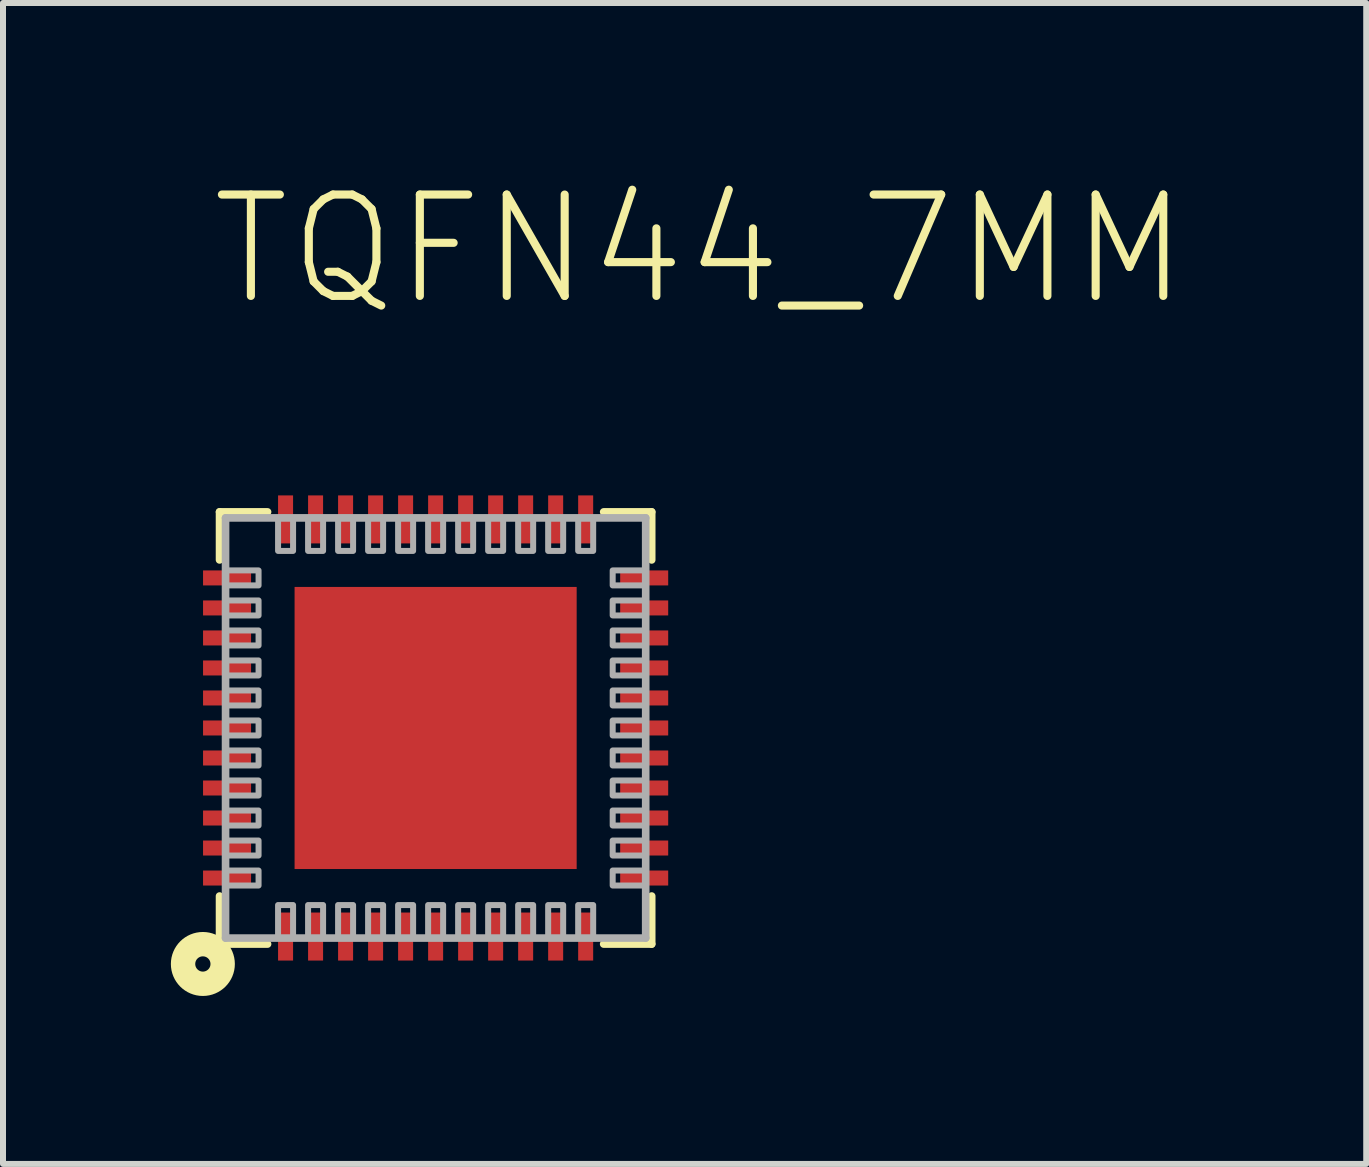
<source format=kicad_pcb>
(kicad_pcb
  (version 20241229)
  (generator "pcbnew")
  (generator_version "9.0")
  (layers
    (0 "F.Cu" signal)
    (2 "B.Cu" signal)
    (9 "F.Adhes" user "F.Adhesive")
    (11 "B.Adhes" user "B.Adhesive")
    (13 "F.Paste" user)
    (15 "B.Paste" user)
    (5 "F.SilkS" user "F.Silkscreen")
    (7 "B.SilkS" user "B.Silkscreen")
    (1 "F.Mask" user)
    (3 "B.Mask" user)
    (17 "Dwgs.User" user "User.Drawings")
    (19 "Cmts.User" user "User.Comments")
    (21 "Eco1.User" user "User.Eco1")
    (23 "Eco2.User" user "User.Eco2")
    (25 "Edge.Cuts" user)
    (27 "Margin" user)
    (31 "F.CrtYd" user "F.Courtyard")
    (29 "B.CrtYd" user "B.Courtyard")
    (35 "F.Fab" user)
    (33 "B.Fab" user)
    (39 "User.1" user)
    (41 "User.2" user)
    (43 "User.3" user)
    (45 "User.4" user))
  (footprint "TQFN44_7MM"
    (layer "F.Cu")
    (at 4.208 9.079)
    (property "Reference" "TQFN44_7MM" (at -3.81 -6.985 0) (layer "F.SilkS") (effects (font (size 1.689 1.689) (thickness 0.135)) (justify left bottom)))
    (attr through_hole)
    (fp_line (start -3.6 -3.6) (end -3.6 -2.8) (stroke (width 0.127) (type solid)) (layer "F.SilkS"))
    (fp_line (start -3.6 2.8) (end -3.6 3.6) (stroke (width 0.127) (type solid)) (layer "F.SilkS"))
    (fp_line (start -3.6 3.6) (end -2.8 3.6) (stroke (width 0.127) (type solid)) (layer "F.SilkS"))
    (fp_line (start -2.8 -3.6) (end -3.6 -3.6) (stroke (width 0.127) (type solid)) (layer "F.SilkS"))
    (fp_line (start 2.8 -3.6) (end 3.6 -3.6) (stroke (width 0.127) (type solid)) (layer "F.SilkS"))
    (fp_line (start 3.6 -3.6) (end 3.6 -2.8) (stroke (width 0.127) (type solid)) (layer "F.SilkS"))
    (fp_line (start 3.6 2.8) (end 3.6 3.6) (stroke (width 0.127) (type solid)) (layer "F.SilkS"))
    (fp_line (start 3.6 3.6) (end 2.8 3.6) (stroke (width 0.127) (type solid)) (layer "F.SilkS"))
    (fp_circle (center -3.878 3.932) (end -3.751 3.932) (stroke (width 0.406) (type solid)) (fill no) (layer "F.SilkS"))
    (fp_poly (pts (xy -2 -0.5) (xy -1 -0.5) (xy -1 -2) (xy -2 -2)) (stroke (width 0) (type solid)) (fill yes) (layer "F.Paste"))
    (fp_poly (pts (xy -2 2) (xy -1 2) (xy -1 0.5) (xy -2 0.5)) (stroke (width 0) (type solid)) (fill yes) (layer "F.Paste"))
    (fp_poly (pts (xy -0.5 -0.5) (xy 0.5 -0.5) (xy 0.5 -2) (xy -0.5 -2)) (stroke (width 0) (type solid)) (fill yes) (layer "F.Paste"))
    (fp_poly (pts (xy -0.5 2) (xy 0.5 2) (xy 0.5 0.5) (xy -0.5 0.5)) (stroke (width 0) (type solid)) (fill yes) (layer "F.Paste"))
    (fp_poly (pts (xy 1 -0.5) (xy 2 -0.5) (xy 2 -2) (xy 1 -2)) (stroke (width 0) (type solid)) (fill yes) (layer "F.Paste"))
    (fp_poly (pts (xy 1 2) (xy 2 2) (xy 2 0.5) (xy 1 0.5)) (stroke (width 0) (type solid)) (fill yes) (layer "F.Paste"))
    (fp_line (start -3.5 -3.5) (end 3.5 -3.5) (stroke (width 0.127) (type solid)) (layer "F.Fab"))
    (fp_line (start -3.5 3.5) (end -3.5 -3.5) (stroke (width 0.127) (type solid)) (layer "F.Fab"))
    (fp_line (start 3.5 -3.5) (end 3.5 3.5) (stroke (width 0.127) (type solid)) (layer "F.Fab"))
    (fp_line (start 3.5 3.5) (end -3.5 3.5) (stroke (width 0.127) (type solid)) (layer "F.Fab"))
    (fp_poly (pts (xy -3.5 -2.375) (xy -2.95 -2.375) (xy -2.95 -2.625) (xy -3.5 -2.625)) (stroke (width 0.1) (type solid)) (fill no) (layer "F.Fab"))
    (fp_poly (pts (xy -3.5 -1.875) (xy -2.95 -1.875) (xy -2.95 -2.125) (xy -3.5 -2.125)) (stroke (width 0.1) (type solid)) (fill no) (layer "F.Fab"))
    (fp_poly (pts (xy -3.5 -1.375) (xy -2.95 -1.375) (xy -2.95 -1.625) (xy -3.5 -1.625)) (stroke (width 0.1) (type solid)) (fill no) (layer "F.Fab"))
    (fp_poly (pts (xy -3.5 -0.875) (xy -2.95 -0.875) (xy -2.95 -1.125) (xy -3.5 -1.125)) (stroke (width 0.1) (type solid)) (fill no) (layer "F.Fab"))
    (fp_poly (pts (xy -3.5 -0.375) (xy -2.95 -0.375) (xy -2.95 -0.625) (xy -3.5 -0.625)) (stroke (width 0.1) (type solid)) (fill no) (layer "F.Fab"))
    (fp_poly (pts (xy -3.5 0.125) (xy -2.95 0.125) (xy -2.95 -0.125) (xy -3.5 -0.125)) (stroke (width 0.1) (type solid)) (fill no) (layer "F.Fab"))
    (fp_poly (pts (xy -3.5 0.625) (xy -2.95 0.625) (xy -2.95 0.375) (xy -3.5 0.375)) (stroke (width 0.1) (type solid)) (fill no) (layer "F.Fab"))
    (fp_poly (pts (xy -3.5 1.125) (xy -2.95 1.125) (xy -2.95 0.875) (xy -3.5 0.875)) (stroke (width 0.1) (type solid)) (fill no) (layer "F.Fab"))
    (fp_poly (pts (xy -3.5 1.625) (xy -2.95 1.625) (xy -2.95 1.375) (xy -3.5 1.375)) (stroke (width 0.1) (type solid)) (fill no) (layer "F.Fab"))
    (fp_poly (pts (xy -3.5 2.125) (xy -2.95 2.125) (xy -2.95 1.875) (xy -3.5 1.875)) (stroke (width 0.1) (type solid)) (fill no) (layer "F.Fab"))
    (fp_poly (pts (xy -3.5 2.625) (xy -2.95 2.625) (xy -2.95 2.375) (xy -3.5 2.375)) (stroke (width 0.1) (type solid)) (fill no) (layer "F.Fab"))
    (fp_poly (pts (xy -2.625 -3.5) (xy -2.625 -2.95) (xy -2.375 -2.95) (xy -2.375 -3.5)) (stroke (width 0.1) (type solid)) (fill no) (layer "F.Fab"))
    (fp_poly (pts (xy -2.375 3.5) (xy -2.375 2.95) (xy -2.625 2.95) (xy -2.625 3.5)) (stroke (width 0.1) (type solid)) (fill no) (layer "F.Fab"))
    (fp_poly (pts (xy -2.125 -3.5) (xy -2.125 -2.95) (xy -1.875 -2.95) (xy -1.875 -3.5)) (stroke (width 0.1) (type solid)) (fill no) (layer "F.Fab"))
    (fp_poly (pts (xy -1.875 3.5) (xy -1.875 2.95) (xy -2.125 2.95) (xy -2.125 3.5)) (stroke (width 0.1) (type solid)) (fill no) (layer "F.Fab"))
    (fp_poly (pts (xy -1.625 -3.5) (xy -1.625 -2.95) (xy -1.375 -2.95) (xy -1.375 -3.5)) (stroke (width 0.1) (type solid)) (fill no) (layer "F.Fab"))
    (fp_poly (pts (xy -1.375 3.5) (xy -1.375 2.95) (xy -1.625 2.95) (xy -1.625 3.5)) (stroke (width 0.1) (type solid)) (fill no) (layer "F.Fab"))
    (fp_poly (pts (xy -1.125 -3.5) (xy -1.125 -2.95) (xy -0.875 -2.95) (xy -0.875 -3.5)) (stroke (width 0.1) (type solid)) (fill no) (layer "F.Fab"))
    (fp_poly (pts (xy -0.875 3.5) (xy -0.875 2.95) (xy -1.125 2.95) (xy -1.125 3.5)) (stroke (width 0.1) (type solid)) (fill no) (layer "F.Fab"))
    (fp_poly (pts (xy -0.625 -3.5) (xy -0.625 -2.95) (xy -0.375 -2.95) (xy -0.375 -3.5)) (stroke (width 0.1) (type solid)) (fill no) (layer "F.Fab"))
    (fp_poly (pts (xy -0.375 3.5) (xy -0.375 2.95) (xy -0.625 2.95) (xy -0.625 3.5)) (stroke (width 0.1) (type solid)) (fill no) (layer "F.Fab"))
    (fp_poly (pts (xy -0.125 -3.5) (xy -0.125 -2.95) (xy 0.125 -2.95) (xy 0.125 -3.5)) (stroke (width 0.1) (type solid)) (fill no) (layer "F.Fab"))
    (fp_poly (pts (xy 0.125 3.5) (xy 0.125 2.95) (xy -0.125 2.95) (xy -0.125 3.5)) (stroke (width 0.1) (type solid)) (fill no) (layer "F.Fab"))
    (fp_poly (pts (xy 0.375 -3.5) (xy 0.375 -2.95) (xy 0.625 -2.95) (xy 0.625 -3.5)) (stroke (width 0.1) (type solid)) (fill no) (layer "F.Fab"))
    (fp_poly (pts (xy 0.625 3.5) (xy 0.625 2.95) (xy 0.375 2.95) (xy 0.375 3.5)) (stroke (width 0.1) (type solid)) (fill no) (layer "F.Fab"))
    (fp_poly (pts (xy 0.875 -3.5) (xy 0.875 -2.95) (xy 1.125 -2.95) (xy 1.125 -3.5)) (stroke (width 0.1) (type solid)) (fill no) (layer "F.Fab"))
    (fp_poly (pts (xy 1.125 3.5) (xy 1.125 2.95) (xy 0.875 2.95) (xy 0.875 3.5)) (stroke (width 0.1) (type solid)) (fill no) (layer "F.Fab"))
    (fp_poly (pts (xy 1.375 -3.5) (xy 1.375 -2.95) (xy 1.625 -2.95) (xy 1.625 -3.5)) (stroke (width 0.1) (type solid)) (fill no) (layer "F.Fab"))
    (fp_poly (pts (xy 1.625 3.5) (xy 1.625 2.95) (xy 1.375 2.95) (xy 1.375 3.5)) (stroke (width 0.1) (type solid)) (fill no) (layer "F.Fab"))
    (fp_poly (pts (xy 1.875 -3.5) (xy 1.875 -2.95) (xy 2.125 -2.95) (xy 2.125 -3.5)) (stroke (width 0.1) (type solid)) (fill no) (layer "F.Fab"))
    (fp_poly (pts (xy 2.125 3.5) (xy 2.125 2.95) (xy 1.875 2.95) (xy 1.875 3.5)) (stroke (width 0.1) (type solid)) (fill no) (layer "F.Fab"))
    (fp_poly (pts (xy 2.375 -3.5) (xy 2.375 -2.95) (xy 2.625 -2.95) (xy 2.625 -3.5)) (stroke (width 0.1) (type solid)) (fill no) (layer "F.Fab"))
    (fp_poly (pts (xy 2.625 3.5) (xy 2.625 2.95) (xy 2.375 2.95) (xy 2.375 3.5)) (stroke (width 0.1) (type solid)) (fill no) (layer "F.Fab"))
    (fp_poly (pts (xy 3.5 -2.625) (xy 2.95 -2.625) (xy 2.95 -2.375) (xy 3.5 -2.375)) (stroke (width 0.1) (type solid)) (fill no) (layer "F.Fab"))
    (fp_poly (pts (xy 3.5 -2.125) (xy 2.95 -2.125) (xy 2.95 -1.875) (xy 3.5 -1.875)) (stroke (width 0.1) (type solid)) (fill no) (layer "F.Fab"))
    (fp_poly (pts (xy 3.5 -1.625) (xy 2.95 -1.625) (xy 2.95 -1.375) (xy 3.5 -1.375)) (stroke (width 0.1) (type solid)) (fill no) (layer "F.Fab"))
    (fp_poly (pts (xy 3.5 -1.125) (xy 2.95 -1.125) (xy 2.95 -0.875) (xy 3.5 -0.875)) (stroke (width 0.1) (type solid)) (fill no) (layer "F.Fab"))
    (fp_poly (pts (xy 3.5 -0.625) (xy 2.95 -0.625) (xy 2.95 -0.375) (xy 3.5 -0.375)) (stroke (width 0.1) (type solid)) (fill no) (layer "F.Fab"))
    (fp_poly (pts (xy 3.5 -0.125) (xy 2.95 -0.125) (xy 2.95 0.125) (xy 3.5 0.125)) (stroke (width 0.1) (type solid)) (fill no) (layer "F.Fab"))
    (fp_poly (pts (xy 3.5 0.375) (xy 2.95 0.375) (xy 2.95 0.625) (xy 3.5 0.625)) (stroke (width 0.1) (type solid)) (fill no) (layer "F.Fab"))
    (fp_poly (pts (xy 3.5 0.875) (xy 2.95 0.875) (xy 2.95 1.125) (xy 3.5 1.125)) (stroke (width 0.1) (type solid)) (fill no) (layer "F.Fab"))
    (fp_poly (pts (xy 3.5 1.375) (xy 2.95 1.375) (xy 2.95 1.625) (xy 3.5 1.625)) (stroke (width 0.1) (type solid)) (fill no) (layer "F.Fab"))
    (fp_poly (pts (xy 3.5 1.875) (xy 2.95 1.875) (xy 2.95 2.125) (xy 3.5 2.125)) (stroke (width 0.1) (type solid)) (fill no) (layer "F.Fab"))
    (fp_poly (pts (xy 3.5 2.375) (xy 2.95 2.375) (xy 2.95 2.625) (xy 3.5 2.625)) (stroke (width 0.1) (type solid)) (fill no) (layer "F.Fab"))
    (pad "1" smd rect (at -2.5 3.475 90) (size 0.8 0.25) (layers "F.Cu" "F.Mask" "F.Paste"))
    (pad "2" smd rect (at -2 3.475 90) (size 0.8 0.25) (layers "F.Cu" "F.Mask" "F.Paste"))
    (pad "3" smd rect (at -1.5 3.475 90) (size 0.8 0.25) (layers "F.Cu" "F.Mask" "F.Paste"))
    (pad "4" smd rect (at -1 3.475 90) (size 0.8 0.25) (layers "F.Cu" "F.Mask" "F.Paste"))
    (pad "5" smd rect (at -0.5 3.475 90) (size 0.8 0.25) (layers "F.Cu" "F.Mask" "F.Paste"))
    (pad "6" smd rect (at 0 3.475 90) (size 0.8 0.25) (layers "F.Cu" "F.Mask" "F.Paste"))
    (pad "7" smd rect (at 0.5 3.475 90) (size 0.8 0.25) (layers "F.Cu" "F.Mask" "F.Paste"))
    (pad "8" smd rect (at 1 3.475 90) (size 0.8 0.25) (layers "F.Cu" "F.Mask" "F.Paste"))
    (pad "9" smd rect (at 1.5 3.475 90) (size 0.8 0.25) (layers "F.Cu" "F.Mask" "F.Paste"))
    (pad "10" smd rect (at 2 3.475 90) (size 0.8 0.25) (layers "F.Cu" "F.Mask" "F.Paste"))
    (pad "11" smd rect (at 2.5 3.475 90) (size 0.8 0.25) (layers "F.Cu" "F.Mask" "F.Paste"))
    (pad "12" smd rect (at 3.475 2.5 180) (size 0.8 0.25) (layers "F.Cu" "F.Mask" "F.Paste"))
    (pad "13" smd rect (at 3.475 2 180) (size 0.8 0.25) (layers "F.Cu" "F.Mask" "F.Paste"))
    (pad "14" smd rect (at 3.475 1.5 180) (size 0.8 0.25) (layers "F.Cu" "F.Mask" "F.Paste"))
    (pad "15" smd rect (at 3.475 1 180) (size 0.8 0.25) (layers "F.Cu" "F.Mask" "F.Paste"))
    (pad "16" smd rect (at 3.475 0.5 180) (size 0.8 0.25) (layers "F.Cu" "F.Mask" "F.Paste"))
    (pad "17" smd rect (at 3.475 0 180) (size 0.8 0.25) (layers "F.Cu" "F.Mask" "F.Paste"))
    (pad "18" smd rect (at 3.475 -0.5 180) (size 0.8 0.25) (layers "F.Cu" "F.Mask" "F.Paste"))
    (pad "19" smd rect (at 3.475 -1 180) (size 0.8 0.25) (layers "F.Cu" "F.Mask" "F.Paste"))
    (pad "20" smd rect (at 3.475 -1.5 180) (size 0.8 0.25) (layers "F.Cu" "F.Mask" "F.Paste"))
    (pad "21" smd rect (at 3.475 -2 180) (size 0.8 0.25) (layers "F.Cu" "F.Mask" "F.Paste"))
    (pad "22" smd rect (at 3.475 -2.5 180) (size 0.8 0.25) (layers "F.Cu" "F.Mask" "F.Paste"))
    (pad "23" smd rect (at 2.5 -3.475 270) (size 0.8 0.25) (layers "F.Cu" "F.Mask" "F.Paste"))
    (pad "24" smd rect (at 2 -3.475 270) (size 0.8 0.25) (layers "F.Cu" "F.Mask" "F.Paste"))
    (pad "25" smd rect (at 1.5 -3.475 270) (size 0.8 0.25) (layers "F.Cu" "F.Mask" "F.Paste"))
    (pad "26" smd rect (at 1 -3.475 270) (size 0.8 0.25) (layers "F.Cu" "F.Mask" "F.Paste"))
    (pad "27" smd rect (at 0.5 -3.475 270) (size 0.8 0.25) (layers "F.Cu" "F.Mask" "F.Paste"))
    (pad "28" smd rect (at 0 -3.475 270) (size 0.8 0.25) (layers "F.Cu" "F.Mask" "F.Paste"))
    (pad "29" smd rect (at -0.5 -3.475 270) (size 0.8 0.25) (layers "F.Cu" "F.Mask" "F.Paste"))
    (pad "30" smd rect (at -1 -3.475 270) (size 0.8 0.25) (layers "F.Cu" "F.Mask" "F.Paste"))
    (pad "31" smd rect (at -1.5 -3.475 270) (size 0.8 0.25) (layers "F.Cu" "F.Mask" "F.Paste"))
    (pad "32" smd rect (at -2 -3.475 270) (size 0.8 0.25) (layers "F.Cu" "F.Mask" "F.Paste"))
    (pad "33" smd rect (at -2.5 -3.475 270) (size 0.8 0.25) (layers "F.Cu" "F.Mask" "F.Paste"))
    (pad "34" smd rect (at -3.475 -2.5) (size 0.8 0.25) (layers "F.Cu" "F.Mask" "F.Paste"))
    (pad "35" smd rect (at -3.475 -2) (size 0.8 0.25) (layers "F.Cu" "F.Mask" "F.Paste"))
    (pad "36" smd rect (at -3.475 -1.5) (size 0.8 0.25) (layers "F.Cu" "F.Mask" "F.Paste"))
    (pad "37" smd rect (at -3.475 -1) (size 0.8 0.25) (layers "F.Cu" "F.Mask" "F.Paste"))
    (pad "38" smd rect (at -3.475 -0.5) (size 0.8 0.25) (layers "F.Cu" "F.Mask" "F.Paste"))
    (pad "39" smd rect (at -3.475 0) (size 0.8 0.25) (layers "F.Cu" "F.Mask" "F.Paste"))
    (pad "40" smd rect (at -3.475 0.5) (size 0.8 0.25) (layers "F.Cu" "F.Mask" "F.Paste"))
    (pad "41" smd rect (at -3.475 1) (size 0.8 0.25) (layers "F.Cu" "F.Mask" "F.Paste"))
    (pad "42" smd rect (at -3.475 1.5) (size 0.8 0.25) (layers "F.Cu" "F.Mask" "F.Paste"))
    (pad "43" smd rect (at -3.475 2) (size 0.8 0.25) (layers "F.Cu" "F.Mask" "F.Paste"))
    (pad "44" smd rect (at -3.475 2.5) (size 0.8 0.25) (layers "F.Cu" "F.Mask" "F.Paste"))
    (pad "THERMAL" smd rect (at 0 0) (size 4.7 4.7) (layers "F.Cu" "F.Mask")))
  (gr_rect
    (start -3 -3)
    (end 19.713 16.342)
    (stroke (width 0.1) (type default))
    (fill no)
    (layer "Edge.Cuts")))
</source>
